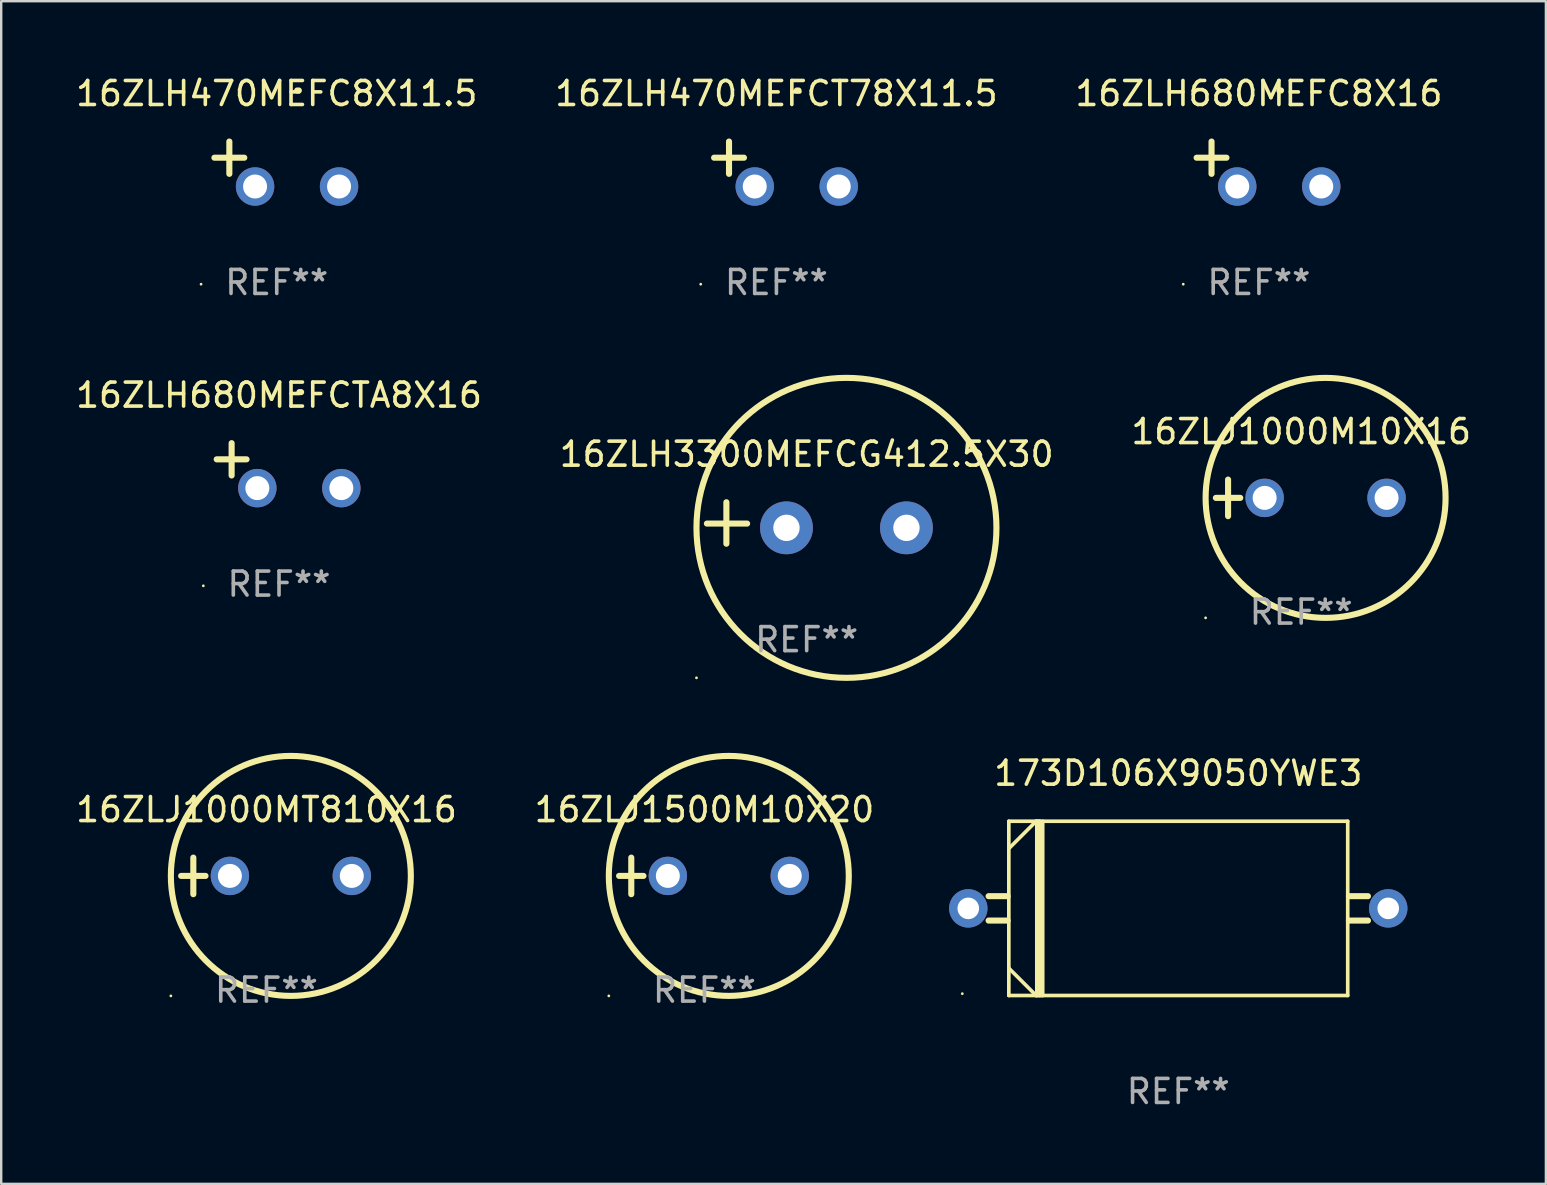
<source format=kicad_pcb>
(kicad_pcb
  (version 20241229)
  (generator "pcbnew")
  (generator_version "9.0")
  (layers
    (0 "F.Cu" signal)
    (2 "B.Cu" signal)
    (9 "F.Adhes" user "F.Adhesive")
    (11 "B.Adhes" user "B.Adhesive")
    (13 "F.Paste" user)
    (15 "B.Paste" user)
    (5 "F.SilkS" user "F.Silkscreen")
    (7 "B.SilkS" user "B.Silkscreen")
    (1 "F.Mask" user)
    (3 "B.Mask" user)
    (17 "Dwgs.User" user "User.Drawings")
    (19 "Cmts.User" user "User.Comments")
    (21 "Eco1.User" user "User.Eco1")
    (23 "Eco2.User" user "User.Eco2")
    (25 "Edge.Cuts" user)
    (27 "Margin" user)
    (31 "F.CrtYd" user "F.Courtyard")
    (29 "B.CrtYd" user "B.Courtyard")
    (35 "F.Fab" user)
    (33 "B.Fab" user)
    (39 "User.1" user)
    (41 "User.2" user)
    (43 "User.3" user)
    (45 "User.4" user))
  (footprint "16ZLJ1000MT810X16"
    (layer "F.Cu")
    (at 8.054 33.45)
    (property "Reference" "16ZLJ1000MT810X16" (at 0 -2.762 0) (layer "F.SilkS") (effects (font (size 1 1) (thickness 0.15))))
    (attr through_hole)
    (fp_line (start -3.556 0) (end -2.54 0) (stroke (width 0.254) (type solid)) (layer "F.SilkS"))
    (fp_line (start -3.048 -0.762) (end -3.048 0.762) (stroke (width 0.254) (type solid)) (layer "F.SilkS"))
    (fp_circle (center -3.984 5) (end -3.954 5) (stroke (width 0.06) (type solid)) (fill no) (layer "F.SilkS"))
    (fp_circle (center 1.016 0) (end 6.016 0) (stroke (width 0.254) (type solid)) (fill no) (layer "F.SilkS"))
    (fp_text user "REF**" (at 0 4.762 0) (layer "F.Fab") (effects (font (size 1 1) (thickness 0.15))))
    (pad "1" thru_hole circle (at -1.524 0) (size 1.6 1.6) (drill 1) (layers "*.Cu" "*.Mask"))
    (pad "2" thru_hole circle (at 3.556 0) (size 1.6 1.6) (drill 1) (layers "*.Cu" "*.Mask")))
  (footprint "16ZLH3300MEFCG412.5X30"
    (layer "F.Cu")
    (at 30.565 18.743)
    (property "Reference" "16ZLH3300MEFCG412.5X30" (at 0 -2.864 0) (layer "F.SilkS") (effects (font (size 1 1) (thickness 0.15))))
    (attr through_hole)
    (fp_line (start -3.346 0.864) (end -3.346 -0.864) (stroke (width 0.254) (type solid)) (layer "F.SilkS"))
    (fp_line (start -2.482 0.025) (end -4.158 0.025) (stroke (width 0.254) (type solid)) (layer "F.SilkS"))
    (fp_circle (center -4.592 6.453) (end -4.562 6.453) (stroke (width 0.06) (type solid)) (fill no) (layer "F.SilkS"))
    (fp_circle (center 1.658 0.203) (end 7.908 0.203) (stroke (width 0.254) (type solid)) (fill no) (layer "F.SilkS"))
    (fp_text user "REF**" (at 0 4.864 0) (layer "F.Fab") (effects (font (size 1 1) (thickness 0.15))))
    (pad "1" thru_hole circle (at -0.842 0.203) (size 2.2 2.2) (drill 1.1) (layers "*.Cu" "*.Mask"))
    (pad "2" thru_hole circle (at 4.158 0.203) (size 2.2 2.2) (drill 1.1) (layers "*.Cu" "*.Mask")))
  (footprint "16ZLH680MEFCTA8X16"
    (layer "F.Cu")
    (at 8.577 16.354)
    (property "Reference" "16ZLH680MEFCTA8X16" (at 0 -2.937 0) (layer "F.SilkS") (effects (font (size 1 1) (thickness 0.15))))
    (attr through_hole)
    (fp_line (start -1.975 0.41) (end -1.975 -0.937) (stroke (width 0.254) (type solid)) (layer "F.SilkS"))
    (fp_line (start -1.353 -0.263) (end -2.597 -0.263) (stroke (width 0.254) (type solid)) (layer "F.SilkS"))
    (fp_arc (start 0.849809 -3.063957) (mid 0.885369 -3.064114) (end 0.920929 -3.063957) (stroke (width 0.254001) (type solid)) (layer "F.SilkS"))
    (fp_circle (center -3.154 5.008) (end -3.124 5.008) (stroke (width 0.06) (type solid)) (fill no) (layer "F.SilkS"))
    (fp_text user "REF**" (at 0 4.937 0) (layer "F.Fab") (effects (font (size 1 1) (thickness 0.15))))
    (pad "1" thru_hole circle (at -0.903 0.937) (size 1.6 1.6) (drill 1) (layers "*.Cu" "*.Mask"))
    (pad "2" thru_hole circle (at 2.597 0.937) (size 1.6 1.6) (drill 1) (layers "*.Cu" "*.Mask")))
  (footprint "173D106X9050YWE3"
    (layer "F.Cu")
    (at 46.05 34.803)
    (property "Reference" "173D106X9050YWE3" (at 0 -5.631 0) (layer "F.SilkS") (effects (font (size 1 1) (thickness 0.15))))
    (attr through_hole)
    (fp_line (start -7.112 -0.508) (end -7.904 -0.508) (stroke (width 0.254) (type solid)) (layer "F.SilkS"))
    (fp_line (start -7.112 0.508) (end -7.904 0.508) (stroke (width 0.254) (type solid)) (layer "F.SilkS"))
    (fp_line (start -7.061 -3.631) (end 7.061 -3.631) (stroke (width 0.152) (type solid)) (layer "F.SilkS"))
    (fp_line (start -7.061 3.631) (end -7.061 -3.631) (stroke (width 0.152) (type solid)) (layer "F.SilkS"))
    (fp_line (start -5.923 -3.631) (end -7.061 -2.493) (stroke (width 0.152) (type solid)) (layer "F.SilkS"))
    (fp_line (start -5.923 3.631) (end -7.061 2.493) (stroke (width 0.152) (type solid)) (layer "F.SilkS"))
    (fp_line (start -5.895 -3.631) (end -5.895 3.631) (stroke (width 0.152) (type solid)) (layer "F.SilkS"))
    (fp_line (start -5.776 -3.631) (end -5.923 -3.631) (stroke (width 0.152) (type solid)) (layer "F.SilkS"))
    (fp_line (start -5.776 -3.631) (end -5.776 3.631) (stroke (width 0.152) (type solid)) (layer "F.SilkS"))
    (fp_line (start -5.649 -3.631) (end -5.649 3.631) (stroke (width 0.152) (type solid)) (layer "F.SilkS"))
    (fp_line (start -5.649 3.627) (end -5.923 3.631) (stroke (width 0.152) (type solid)) (layer "F.SilkS"))
    (fp_line (start 7.061 -3.631) (end 7.061 3.631) (stroke (width 0.152) (type solid)) (layer "F.SilkS"))
    (fp_line (start 7.061 3.631) (end -7.061 3.631) (stroke (width 0.152) (type solid)) (layer "F.SilkS"))
    (fp_line (start 7.112 -0.508) (end 7.904 -0.508) (stroke (width 0.254) (type solid)) (layer "F.SilkS"))
    (fp_line (start 7.112 0.508) (end 7.904 0.508) (stroke (width 0.254) (type solid)) (layer "F.SilkS"))
    (fp_circle (center -9 3.555) (end -8.97 3.555) (stroke (width 0.06) (type solid)) (fill no) (layer "F.SilkS"))
    (fp_text user "REF**" (at 0 7.631 0) (layer "F.Fab") (effects (font (size 1 1) (thickness 0.15))))
    (pad "1" thru_hole circle (at -8.75 0) (size 1.6 1.6) (drill 0.9) (layers "*.Cu" "*.Mask"))
    (pad "2" thru_hole circle (at 8.75 0) (size 1.6 1.6) (drill 0.9) (layers "*.Cu" "*.Mask")))
  (footprint "16ZLJ1500M10X20"
    (layer "F.Cu")
    (at 26.304 33.45)
    (property "Reference" "16ZLJ1500M10X20" (at 0 -2.762 0) (layer "F.SilkS") (effects (font (size 1 1) (thickness 0.15))))
    (attr through_hole)
    (fp_line (start -3.556 0) (end -2.54 0) (stroke (width 0.254) (type solid)) (layer "F.SilkS"))
    (fp_line (start -3.048 -0.762) (end -3.048 0.762) (stroke (width 0.254) (type solid)) (layer "F.SilkS"))
    (fp_circle (center -3.984 5) (end -3.954 5) (stroke (width 0.06) (type solid)) (fill no) (layer "F.SilkS"))
    (fp_circle (center 1.016 0) (end 6.016 0) (stroke (width 0.254) (type solid)) (fill no) (layer "F.SilkS"))
    (fp_text user "REF**" (at 0 4.762 0) (layer "F.Fab") (effects (font (size 1 1) (thickness 0.15))))
    (pad "1" thru_hole circle (at -1.524 0) (size 1.6 1.6) (drill 1) (layers "*.Cu" "*.Mask"))
    (pad "2" thru_hole circle (at 3.556 0) (size 1.6 1.6) (drill 1) (layers "*.Cu" "*.Mask")))
  (footprint "16ZLH470MEFCT78X11.5"
    (layer "F.Cu")
    (at 29.304 3.785)
    (property "Reference" "16ZLH470MEFCT78X11.5" (at 0 -2.937 0) (layer "F.SilkS") (effects (font (size 1 1) (thickness 0.15))))
    (attr through_hole)
    (fp_line (start -1.975 0.41) (end -1.975 -0.937) (stroke (width 0.254) (type solid)) (layer "F.SilkS"))
    (fp_line (start -1.353 -0.263) (end -2.597 -0.263) (stroke (width 0.254) (type solid)) (layer "F.SilkS"))
    (fp_arc (start 0.849809 -3.063957) (mid 0.885369 -3.064114) (end 0.920929 -3.063957) (stroke (width 0.254001) (type solid)) (layer "F.SilkS"))
    (fp_circle (center -3.154 5.008) (end -3.124 5.008) (stroke (width 0.06) (type solid)) (fill no) (layer "F.SilkS"))
    (fp_text user "REF**" (at 0 4.937 0) (layer "F.Fab") (effects (font (size 1 1) (thickness 0.15))))
    (pad "1" thru_hole circle (at -0.903 0.937) (size 1.6 1.6) (drill 1) (layers "*.Cu" "*.Mask"))
    (pad "2" thru_hole circle (at 2.597 0.937) (size 1.6 1.6) (drill 1) (layers "*.Cu" "*.Mask")))
  (footprint "16ZLJ1000M10X16"
    (layer "F.Cu")
    (at 51.173 17.697)
    (property "Reference" "16ZLJ1000M10X16" (at 0 -2.762 0) (layer "F.SilkS") (effects (font (size 1 1) (thickness 0.15))))
    (attr through_hole)
    (fp_line (start -3.556 0) (end -2.54 0) (stroke (width 0.254) (type solid)) (layer "F.SilkS"))
    (fp_line (start -3.048 -0.762) (end -3.048 0.762) (stroke (width 0.254) (type solid)) (layer "F.SilkS"))
    (fp_circle (center -3.984 5) (end -3.954 5) (stroke (width 0.06) (type solid)) (fill no) (layer "F.SilkS"))
    (fp_circle (center 1.016 0) (end 6.016 0) (stroke (width 0.254) (type solid)) (fill no) (layer "F.SilkS"))
    (fp_text user "REF**" (at 0 4.762 0) (layer "F.Fab") (effects (font (size 1 1) (thickness 0.15))))
    (pad "1" thru_hole circle (at -1.524 0) (size 1.6 1.6) (drill 1) (layers "*.Cu" "*.Mask"))
    (pad "2" thru_hole circle (at 3.556 0) (size 1.6 1.6) (drill 1) (layers "*.Cu" "*.Mask")))
  (footprint "16ZLH680MEFC8X16"
    (layer "F.Cu")
    (at 49.411 3.785)
    (property "Reference" "16ZLH680MEFC8X16" (at 0 -2.937 0) (layer "F.SilkS") (effects (font (size 1 1) (thickness 0.15))))
    (attr through_hole)
    (fp_line (start -1.975 0.41) (end -1.975 -0.937) (stroke (width 0.254) (type solid)) (layer "F.SilkS"))
    (fp_line (start -1.353 -0.263) (end -2.597 -0.263) (stroke (width 0.254) (type solid)) (layer "F.SilkS"))
    (fp_arc (start 0.849809 -3.063957) (mid 0.885369 -3.064114) (end 0.920929 -3.063957) (stroke (width 0.254001) (type solid)) (layer "F.SilkS"))
    (fp_circle (center -3.154 5.008) (end -3.124 5.008) (stroke (width 0.06) (type solid)) (fill no) (layer "F.SilkS"))
    (fp_text user "REF**" (at 0 4.937 0) (layer "F.Fab") (effects (font (size 1 1) (thickness 0.15))))
    (pad "1" thru_hole circle (at -0.903 0.937) (size 1.6 1.6) (drill 1) (layers "*.Cu" "*.Mask"))
    (pad "2" thru_hole circle (at 2.597 0.937) (size 1.6 1.6) (drill 1) (layers "*.Cu" "*.Mask")))
  (footprint "16ZLH470MEFC8X11.5"
    (layer "F.Cu")
    (at 8.482 3.785)
    (property "Reference" "16ZLH470MEFC8X11.5" (at 0 -2.937 0) (layer "F.SilkS") (effects (font (size 1 1) (thickness 0.15))))
    (attr through_hole)
    (fp_line (start -1.975 0.41) (end -1.975 -0.937) (stroke (width 0.254) (type solid)) (layer "F.SilkS"))
    (fp_line (start -1.353 -0.263) (end -2.597 -0.263) (stroke (width 0.254) (type solid)) (layer "F.SilkS"))
    (fp_arc (start 0.849809 -3.063957) (mid 0.885369 -3.064114) (end 0.920929 -3.063957) (stroke (width 0.254001) (type solid)) (layer "F.SilkS"))
    (fp_circle (center -3.154 5.008) (end -3.124 5.008) (stroke (width 0.06) (type solid)) (fill no) (layer "F.SilkS"))
    (fp_text user "REF**" (at 0 4.937 0) (layer "F.Fab") (effects (font (size 1 1) (thickness 0.15))))
    (pad "1" thru_hole circle (at -0.903 0.937) (size 1.6 1.6) (drill 1) (layers "*.Cu" "*.Mask"))
    (pad "2" thru_hole circle (at 2.597 0.937) (size 1.6 1.6) (drill 1) (layers "*.Cu" "*.Mask")))
  (gr_rect
    (start -3 -3)
    (end 61.369 46.282)
    (stroke (width 0.1) (type default))
    (fill no)
    (layer "Edge.Cuts")))
</source>
